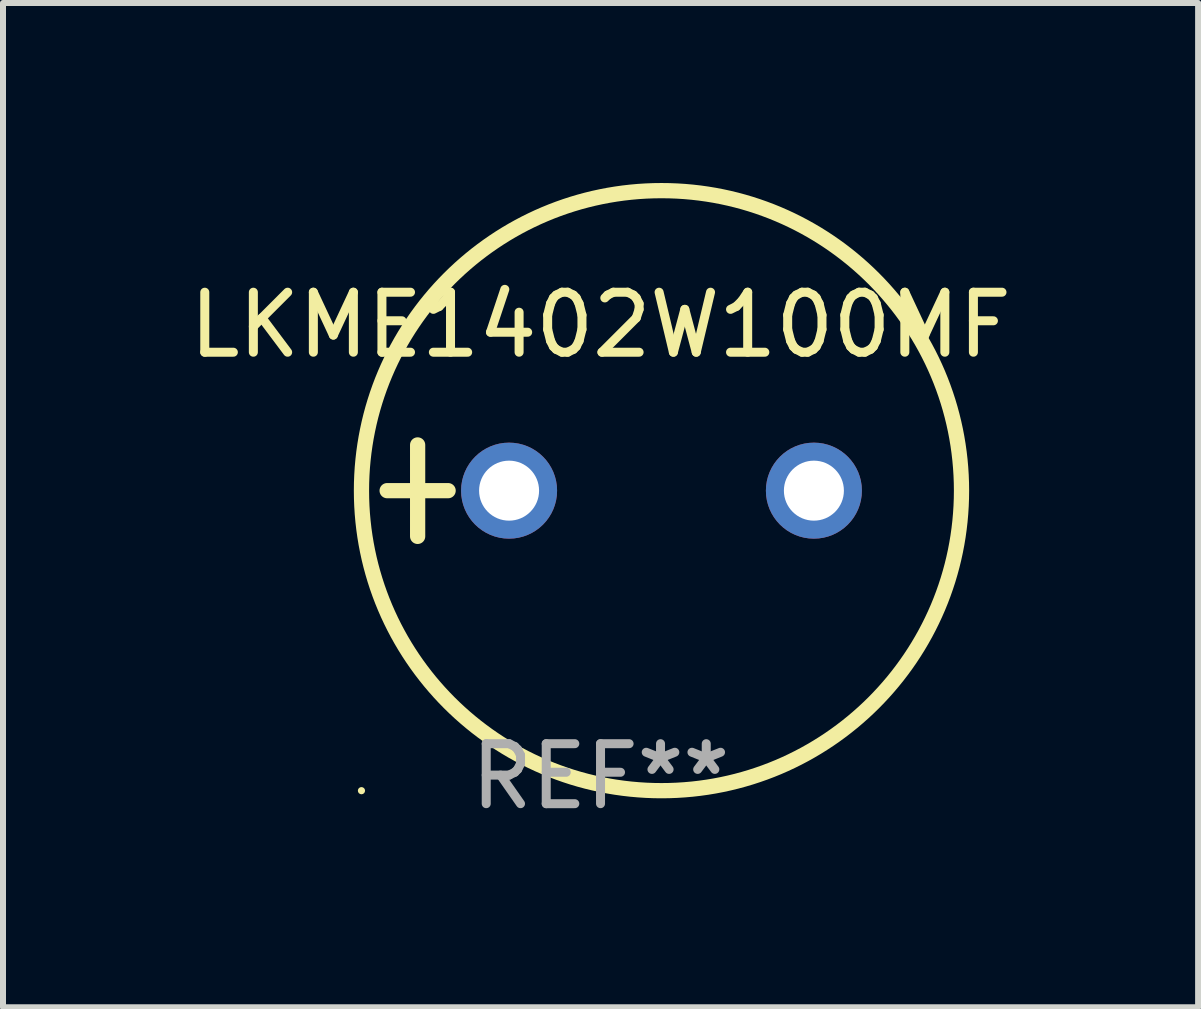
<source format=kicad_pcb>
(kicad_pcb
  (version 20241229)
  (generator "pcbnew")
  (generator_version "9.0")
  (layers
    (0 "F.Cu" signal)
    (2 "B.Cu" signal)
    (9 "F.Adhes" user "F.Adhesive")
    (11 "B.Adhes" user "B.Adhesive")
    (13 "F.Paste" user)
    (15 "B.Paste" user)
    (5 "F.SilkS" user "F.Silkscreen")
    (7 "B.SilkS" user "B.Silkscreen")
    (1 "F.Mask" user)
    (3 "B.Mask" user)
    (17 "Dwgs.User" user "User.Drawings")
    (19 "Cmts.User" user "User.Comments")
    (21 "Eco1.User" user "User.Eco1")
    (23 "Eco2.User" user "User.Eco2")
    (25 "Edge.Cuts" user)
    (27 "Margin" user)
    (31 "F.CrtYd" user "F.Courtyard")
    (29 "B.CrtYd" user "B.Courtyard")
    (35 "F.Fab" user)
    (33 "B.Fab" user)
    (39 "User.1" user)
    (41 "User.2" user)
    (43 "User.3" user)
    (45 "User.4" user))
  (footprint "LKME1402W100MF"
    (layer "F.Cu")
    (at 6.958 5.127)
    (property "Reference" "LKME1402W100MF" (at 0 -2.762 0) (layer "F.SilkS") (effects (font (size 1 1) (thickness 0.15))))
    (attr through_hole)
    (fp_line (start -3.556 0) (end -2.54 0) (stroke (width 0.254) (type solid)) (layer "F.SilkS"))
    (fp_line (start -3.048 -0.762) (end -3.048 0.762) (stroke (width 0.254) (type solid)) (layer "F.SilkS"))
    (fp_circle (center -3.984 5) (end -3.954 5) (stroke (width 0.06) (type solid)) (fill no) (layer "F.SilkS"))
    (fp_circle (center 1.016 0) (end 6.016 0) (stroke (width 0.254) (type solid)) (fill no) (layer "F.SilkS"))
    (fp_text user "REF**" (at 0 4.762 0) (layer "F.Fab") (effects (font (size 1 1) (thickness 0.15))))
    (pad "1" thru_hole circle (at -1.524 0) (size 1.6 1.6) (drill 1) (layers "*.Cu" "*.Mask"))
    (pad "2" thru_hole circle (at 3.556 0) (size 1.6 1.6) (drill 1) (layers "*.Cu" "*.Mask")))
  (gr_rect
    (start -3 -3)
    (end 16.917 13.737)
    (stroke (width 0.1) (type default))
    (fill no)
    (layer "Edge.Cuts")))
</source>
